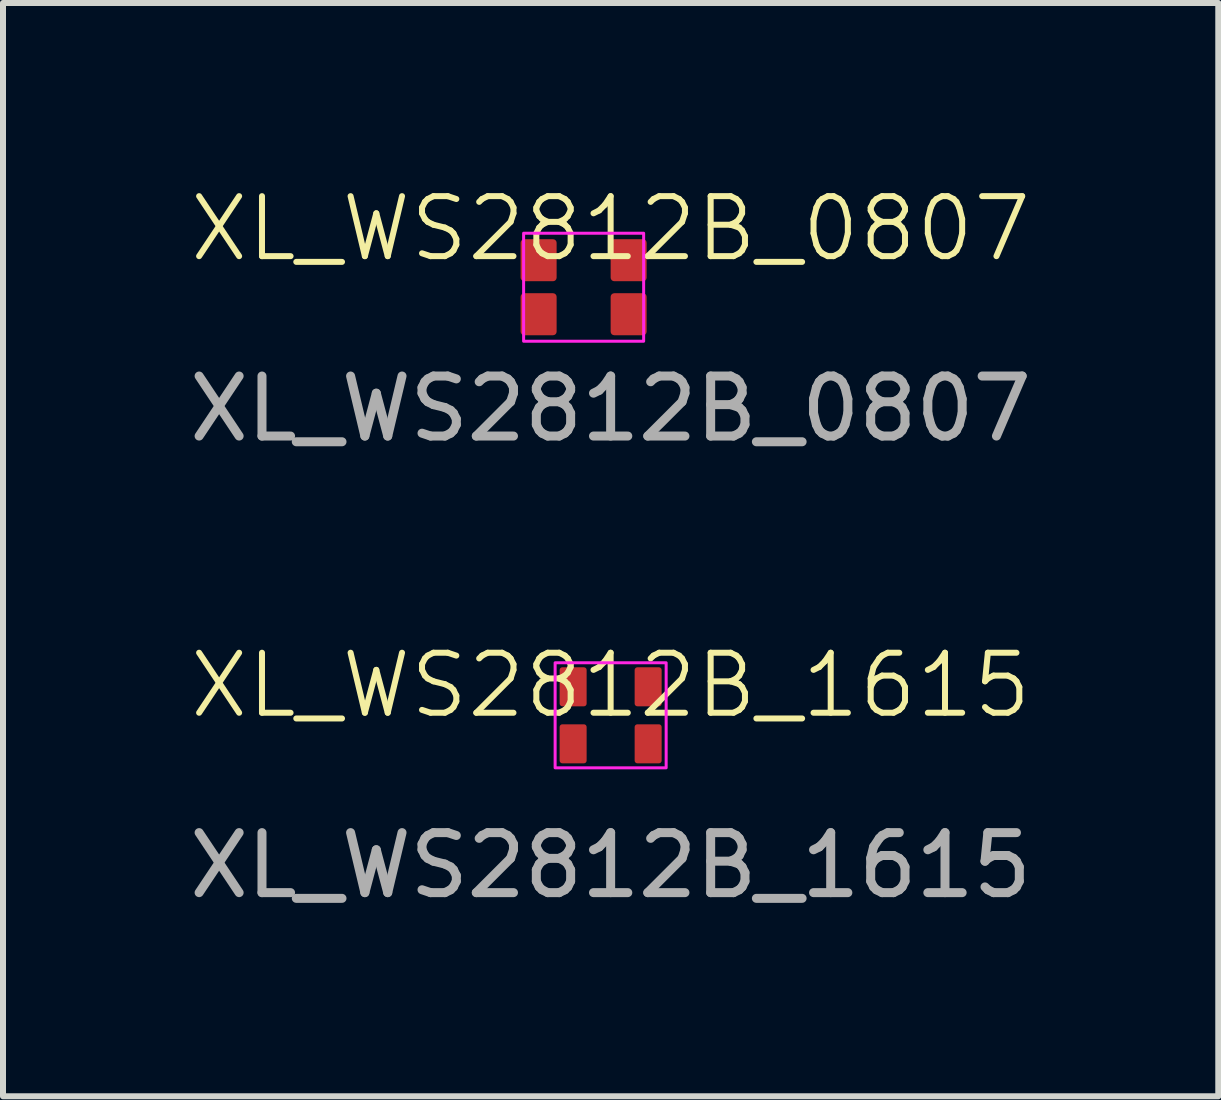
<source format=kicad_pcb>
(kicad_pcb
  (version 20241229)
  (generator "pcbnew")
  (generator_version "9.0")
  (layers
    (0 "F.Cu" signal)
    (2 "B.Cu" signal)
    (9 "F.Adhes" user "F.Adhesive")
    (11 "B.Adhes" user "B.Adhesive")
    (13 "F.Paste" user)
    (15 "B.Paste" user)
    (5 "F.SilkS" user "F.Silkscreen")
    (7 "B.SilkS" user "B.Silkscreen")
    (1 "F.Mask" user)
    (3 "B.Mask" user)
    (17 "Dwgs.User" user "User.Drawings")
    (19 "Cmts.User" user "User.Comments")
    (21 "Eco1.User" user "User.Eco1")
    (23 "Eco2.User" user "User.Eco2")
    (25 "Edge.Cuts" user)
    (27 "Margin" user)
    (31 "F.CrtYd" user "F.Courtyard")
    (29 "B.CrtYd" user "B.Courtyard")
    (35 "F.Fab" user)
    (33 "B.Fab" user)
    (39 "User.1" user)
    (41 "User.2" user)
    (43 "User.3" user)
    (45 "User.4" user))
  (footprint "XL_WS2812B_0807"
    (layer "F.Cu")
    (at 6.675 1.736)
    (property "Reference" "XL_WS2812B_0807" (at 0.45 -0.975 0) (unlocked yes) (layer "F.SilkS") (effects (font (size 1 1) (thickness 0.1))))
    (attr smd)
    (fp_rect (start -1 -0.9) (end 1 0.9) (stroke (width 0.05) (type solid)) (fill no) (layer "F.CrtYd"))
    (fp_text user "${REFERENCE}" (at 0.45 2.025 0) (unlocked yes) (layer "F.Fab") (effects (font (size 1 1) (thickness 0.15))))
    (pad "1" smd roundrect (at -0.75 -0.45) (size 0.6 0.7) (layers "F.Cu" "F.Mask" "F.Paste") (roundrect_rratio 0.1))
    (pad "2" smd roundrect (at -0.75 0.45) (size 0.6 0.7) (layers "F.Cu" "F.Mask" "F.Paste") (roundrect_rratio 0.1))
    (pad "3" smd roundrect (at 0.75 0.45) (size 0.6 0.7) (layers "F.Cu" "F.Mask" "F.Paste") (roundrect_rratio 0.1))
    (pad "4" smd roundrect (at 0.75 -0.45) (size 0.6 0.7) (layers "F.Cu" "F.Mask" "F.Paste") (roundrect_rratio 0.1)))
  (footprint "XL_WS2812B_1615"
    (layer "F.Cu")
    (at 7.125 8.869)
    (property "Reference" "XL_WS2812B_1615" (at 0 -0.5 0) (unlocked yes) (layer "F.SilkS") (effects (font (size 1 1) (thickness 0.1))))
    (attr smd)
    (fp_rect (start -0.925 -0.875) (end 0.925 0.875) (stroke (width 0.05) (type solid)) (fill no) (layer "F.CrtYd"))
    (fp_text user "${REFERENCE}" (at 0 2.5 0) (unlocked yes) (layer "F.Fab") (effects (font (size 1 1) (thickness 0.15))))
    (pad "1" smd roundrect (at -0.625 0.475) (size 0.45 0.65) (layers "F.Cu" "F.Mask" "F.Paste") (roundrect_rratio 0.1))
    (pad "2" smd roundrect (at 0.625 0.475) (size 0.45 0.65) (layers "F.Cu" "F.Mask" "F.Paste") (roundrect_rratio 0.1))
    (pad "3" smd roundrect (at 0.625 -0.475) (size 0.45 0.65) (layers "F.Cu" "F.Mask" "F.Paste") (roundrect_rratio 0.1))
    (pad "4" smd roundrect (at -0.625 -0.475) (size 0.45 0.65) (layers "F.Cu" "F.Mask" "F.Paste") (roundrect_rratio 0.1)))
  (gr_rect
    (start -3 -3)
    (end 17.25 15.217)
    (stroke (width 0.1) (type default))
    (fill no)
    (layer "Edge.Cuts")))
</source>
